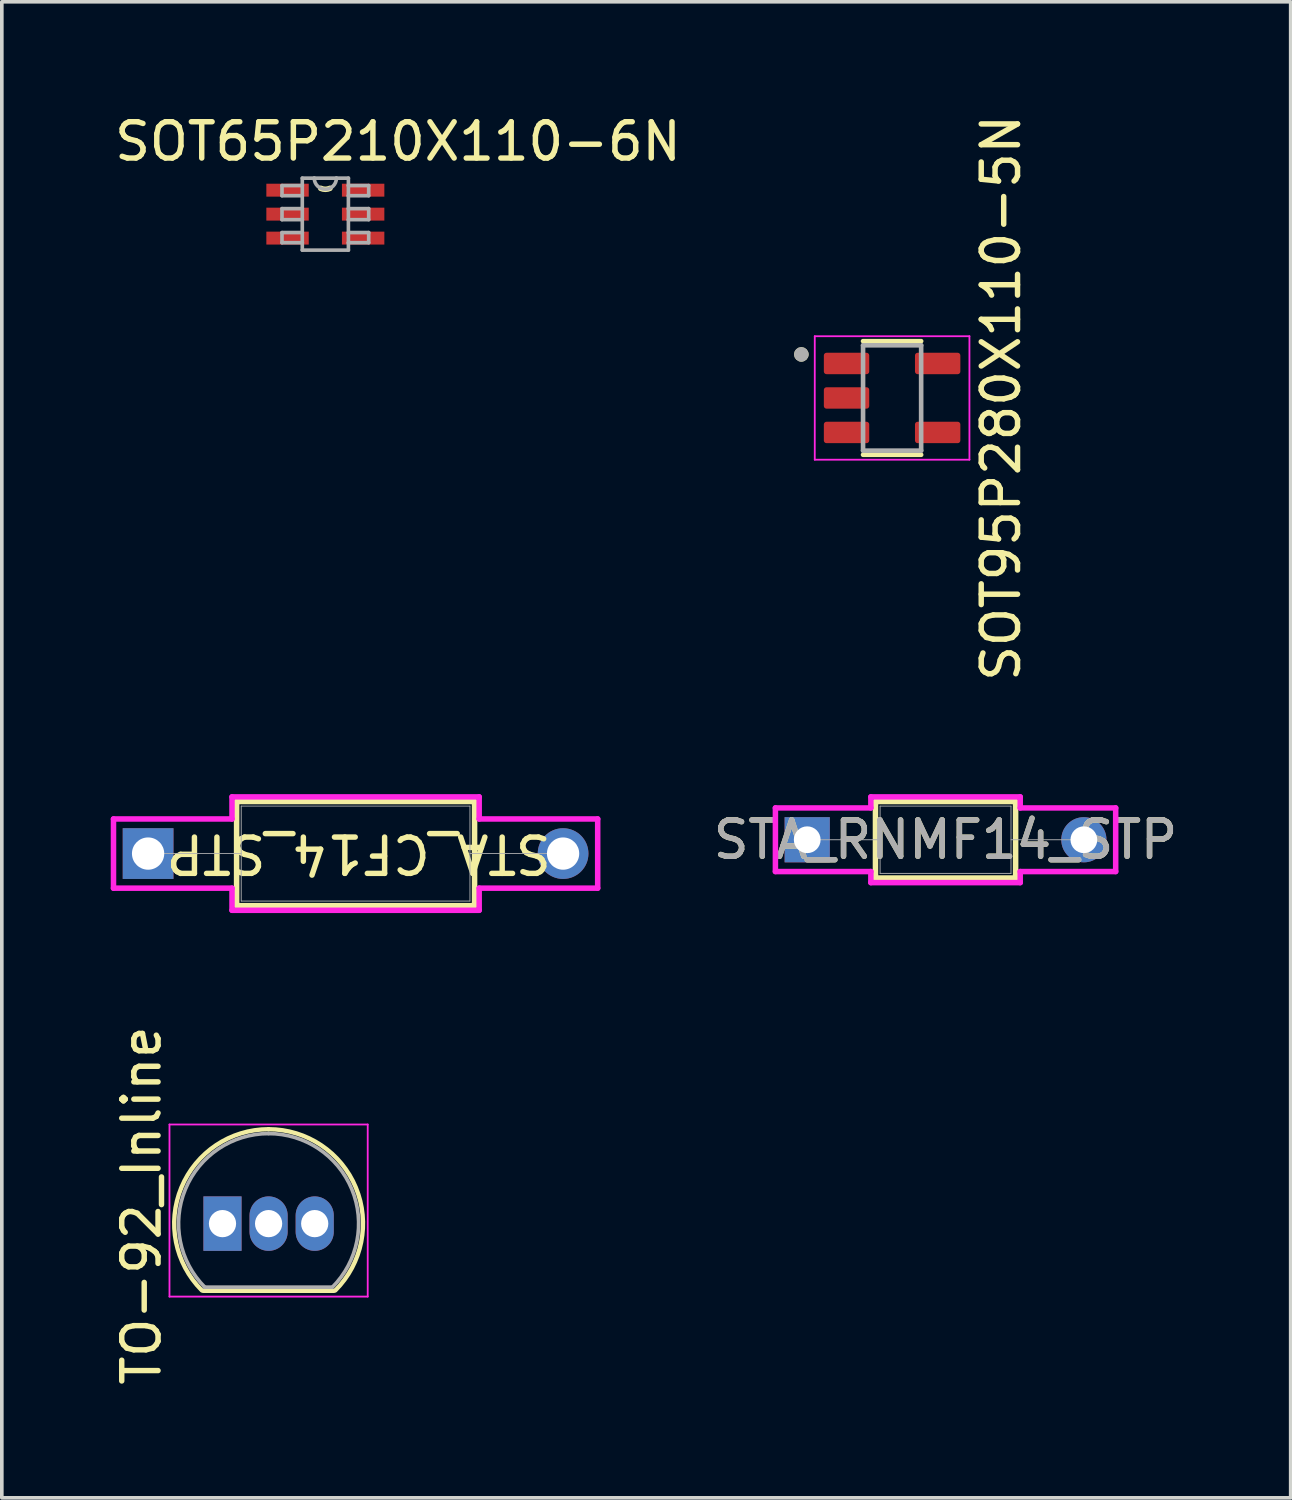
<source format=kicad_pcb>
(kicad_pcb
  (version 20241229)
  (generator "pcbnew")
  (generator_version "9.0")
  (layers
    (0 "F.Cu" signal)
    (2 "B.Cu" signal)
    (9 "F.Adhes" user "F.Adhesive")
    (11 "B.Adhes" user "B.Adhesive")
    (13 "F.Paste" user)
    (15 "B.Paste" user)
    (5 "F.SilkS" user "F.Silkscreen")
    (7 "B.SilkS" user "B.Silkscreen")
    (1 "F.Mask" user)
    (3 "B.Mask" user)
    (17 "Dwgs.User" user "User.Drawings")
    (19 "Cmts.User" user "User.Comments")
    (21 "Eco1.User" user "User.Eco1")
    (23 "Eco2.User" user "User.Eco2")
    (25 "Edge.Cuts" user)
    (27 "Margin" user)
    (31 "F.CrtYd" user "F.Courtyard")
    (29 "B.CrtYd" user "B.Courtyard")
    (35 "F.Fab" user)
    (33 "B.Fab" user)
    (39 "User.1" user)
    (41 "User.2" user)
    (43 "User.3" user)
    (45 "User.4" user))
  (footprint "STA_RNMF14_STP"
    (layer "F.Cu")
    (at 19.183 20.079)
    (property "Reference" "STA_RNMF14_STP" (at 3.81 0 0) (unlocked yes) (layer "F.SilkS") (effects (font (size 1 1) (thickness 0.15))))
    (attr through_hole)
    (fp_line (start 1.88 -1.054) (end 1.88 1.054) (stroke (width 0.152) (type solid)) (layer "F.SilkS"))
    (fp_line (start 1.88 1.054) (end 5.74 1.054) (stroke (width 0.152) (type solid)) (layer "F.SilkS"))
    (fp_line (start 5.74 -1.054) (end 1.88 -1.054) (stroke (width 0.152) (type solid)) (layer "F.SilkS"))
    (fp_line (start 5.74 1.054) (end 5.74 -1.054) (stroke (width 0.152) (type solid)) (layer "F.SilkS"))
    (fp_line (start -0.876 -0.876) (end 1.753 -0.876) (stroke (width 0.152) (type solid)) (layer "F.CrtYd"))
    (fp_line (start -0.876 0.876) (end -0.876 -0.876) (stroke (width 0.152) (type solid)) (layer "F.CrtYd"))
    (fp_line (start 1.753 -1.181) (end 5.867 -1.181) (stroke (width 0.152) (type solid)) (layer "F.CrtYd"))
    (fp_line (start 1.753 -0.876) (end 1.753 -1.181) (stroke (width 0.152) (type solid)) (layer "F.CrtYd"))
    (fp_line (start 1.753 0.876) (end -0.876 0.876) (stroke (width 0.152) (type solid)) (layer "F.CrtYd"))
    (fp_line (start 1.753 1.181) (end 1.753 0.876) (stroke (width 0.152) (type solid)) (layer "F.CrtYd"))
    (fp_line (start 5.867 -1.181) (end 5.867 -0.876) (stroke (width 0.152) (type solid)) (layer "F.CrtYd"))
    (fp_line (start 5.867 -0.876) (end 8.496 -0.876) (stroke (width 0.152) (type solid)) (layer "F.CrtYd"))
    (fp_line (start 5.867 0.876) (end 5.867 1.181) (stroke (width 0.152) (type solid)) (layer "F.CrtYd"))
    (fp_line (start 5.867 1.181) (end 1.753 1.181) (stroke (width 0.152) (type solid)) (layer "F.CrtYd"))
    (fp_line (start 8.496 -0.876) (end 8.496 0.876) (stroke (width 0.152) (type solid)) (layer "F.CrtYd"))
    (fp_line (start 8.496 0.876) (end 5.867 0.876) (stroke (width 0.152) (type solid)) (layer "F.CrtYd"))
    (fp_line (start 0 0) (end 2.007 0) (stroke (width 0.025) (type solid)) (layer "F.Fab"))
    (fp_line (start 2.007 -0.927) (end 2.007 0.927) (stroke (width 0.025) (type solid)) (layer "F.Fab"))
    (fp_line (start 2.007 0.927) (end 5.613 0.927) (stroke (width 0.025) (type solid)) (layer "F.Fab"))
    (fp_line (start 5.613 -0.927) (end 2.007 -0.927) (stroke (width 0.025) (type solid)) (layer "F.Fab"))
    (fp_line (start 5.613 0.927) (end 5.613 -0.927) (stroke (width 0.025) (type solid)) (layer "F.Fab"))
    (fp_line (start 7.62 0) (end 5.613 0) (stroke (width 0.025) (type solid)) (layer "F.Fab"))
    (fp_text user "${REFERENCE}" (at 3.81 0 0) (unlocked yes) (layer "F.Fab") (effects (font (size 1 1) (thickness 0.15))))
    (pad "1" thru_hole rect (at 0 0) (size 1.245 1.245) (drill 0.737) (layers "*.Cu" "*.Mask"))
    (pad "2" thru_hole circle (at 7.62 0) (size 1.245 1.245) (drill 0.737) (layers "*.Cu" "*.Mask")))
  (footprint "SOT95P280X110-5N"
    (layer "F.Cu")
    (at 21.521 7.911)
    (property "Reference" "SOT95P280X110-5N" (at 3 0 270) (layer "F.SilkS") (effects (font (size 1 1) (thickness 0.15))))
    (attr smd)
    (fp_line (start -0.8 -1.565) (end 0.8 -1.565) (stroke (width 0.127) (type solid)) (layer "F.SilkS"))
    (fp_line (start -0.8 1.565) (end 0.8 1.565) (stroke (width 0.127) (type solid)) (layer "F.SilkS"))
    (fp_circle (center -2.5 -1.2) (end -2.4 -1.2) (stroke (width 0.2) (type solid)) (fill no) (layer "F.SilkS"))
    (fp_line (start -2.13 -1.7) (end 2.13 -1.7) (stroke (width 0.05) (type solid)) (layer "F.CrtYd"))
    (fp_line (start -2.13 1.7) (end -2.13 -1.7) (stroke (width 0.05) (type solid)) (layer "F.CrtYd"))
    (fp_line (start 2.13 -1.7) (end 2.13 1.7) (stroke (width 0.05) (type solid)) (layer "F.CrtYd"))
    (fp_line (start 2.13 1.7) (end -2.13 1.7) (stroke (width 0.05) (type solid)) (layer "F.CrtYd"))
    (fp_line (start -0.8 -1.45) (end 0.8 -1.45) (stroke (width 0.127) (type solid)) (layer "F.Fab"))
    (fp_line (start -0.8 1.45) (end -0.8 -1.45) (stroke (width 0.127) (type solid)) (layer "F.Fab"))
    (fp_line (start 0.8 -1.45) (end 0.8 1.45) (stroke (width 0.127) (type solid)) (layer "F.Fab"))
    (fp_line (start 0.8 1.45) (end -0.8 1.45) (stroke (width 0.127) (type solid)) (layer "F.Fab"))
    (fp_circle (center -2.5 -1.2) (end -2.4 -1.2) (stroke (width 0.2) (type solid)) (fill no) (layer "F.Fab"))
    (pad "1" smd roundrect (at -1.255 -0.95) (size 1.25 0.59) (layers "F.Cu" "F.Mask" "F.Paste") (roundrect_rratio 0.125))
    (pad "2" smd roundrect (at -1.255 0) (size 1.25 0.59) (layers "F.Cu" "F.Mask" "F.Paste") (roundrect_rratio 0.125))
    (pad "3" smd roundrect (at -1.255 0.95) (size 1.25 0.59) (layers "F.Cu" "F.Mask" "F.Paste") (roundrect_rratio 0.125))
    (pad "4" smd roundrect (at 1.255 0.95) (size 1.25 0.59) (layers "F.Cu" "F.Mask" "F.Paste") (roundrect_rratio 0.125))
    (pad "5" smd roundrect (at 1.255 -0.95) (size 1.25 0.59) (layers "F.Cu" "F.Mask" "F.Paste") (roundrect_rratio 0.125)))
  (footprint "STA_CF14_STP"
    (layer "F.Cu")
    (at 1.029 20.46)
    (property "Reference" "STA_CF14_STP" (at 5.8 0 180) (unlocked yes) (layer "F.SilkS") (effects (font (size 1 1) (thickness 0.15))))
    (attr through_hole)
    (fp_line (start 2.438 -1.435) (end 2.438 1.435) (stroke (width 0.152) (type solid)) (layer "F.SilkS"))
    (fp_line (start 2.438 1.435) (end 8.992 1.435) (stroke (width 0.152) (type solid)) (layer "F.SilkS"))
    (fp_line (start 8.992 -1.435) (end 2.438 -1.435) (stroke (width 0.152) (type solid)) (layer "F.SilkS"))
    (fp_line (start 8.992 1.435) (end 8.992 -1.435) (stroke (width 0.152) (type solid)) (layer "F.SilkS"))
    (fp_line (start -0.953 -0.953) (end 2.311 -0.953) (stroke (width 0.152) (type solid)) (layer "F.CrtYd"))
    (fp_line (start -0.953 0.953) (end -0.953 -0.953) (stroke (width 0.152) (type solid)) (layer "F.CrtYd"))
    (fp_line (start 2.311 -1.562) (end 9.119 -1.562) (stroke (width 0.152) (type solid)) (layer "F.CrtYd"))
    (fp_line (start 2.311 -0.953) (end 2.311 -1.562) (stroke (width 0.152) (type solid)) (layer "F.CrtYd"))
    (fp_line (start 2.311 0.953) (end -0.953 0.953) (stroke (width 0.152) (type solid)) (layer "F.CrtYd"))
    (fp_line (start 2.311 1.562) (end 2.311 0.953) (stroke (width 0.152) (type solid)) (layer "F.CrtYd"))
    (fp_line (start 9.119 -1.562) (end 9.119 -0.953) (stroke (width 0.152) (type solid)) (layer "F.CrtYd"))
    (fp_line (start 9.119 -0.953) (end 12.383 -0.953) (stroke (width 0.152) (type solid)) (layer "F.CrtYd"))
    (fp_line (start 9.119 0.953) (end 9.119 1.562) (stroke (width 0.152) (type solid)) (layer "F.CrtYd"))
    (fp_line (start 9.119 1.562) (end 2.311 1.562) (stroke (width 0.152) (type solid)) (layer "F.CrtYd"))
    (fp_line (start 12.383 -0.953) (end 12.383 0.953) (stroke (width 0.152) (type solid)) (layer "F.CrtYd"))
    (fp_line (start 12.383 0.953) (end 9.119 0.953) (stroke (width 0.152) (type solid)) (layer "F.CrtYd"))
    (fp_line (start 0 0) (end 2.565 0) (stroke (width 0.025) (type solid)) (layer "F.Fab"))
    (fp_line (start 2.565 -1.308) (end 2.565 1.308) (stroke (width 0.025) (type solid)) (layer "F.Fab"))
    (fp_line (start 2.565 1.308) (end 8.865 1.308) (stroke (width 0.025) (type solid)) (layer "F.Fab"))
    (fp_line (start 8.865 -1.308) (end 2.565 -1.308) (stroke (width 0.025) (type solid)) (layer "F.Fab"))
    (fp_line (start 8.865 1.308) (end 8.865 -1.308) (stroke (width 0.025) (type solid)) (layer "F.Fab"))
    (fp_line (start 11.43 0) (end 8.865 0) (stroke (width 0.025) (type solid)) (layer "F.Fab"))
    (pad "1" thru_hole rect (at 0 0) (size 1.397 1.397) (drill 0.889) (layers "*.Cu" "*.Mask"))
    (pad "2" thru_hole circle (at 11.43 0) (size 1.397 1.397) (drill 0.889) (layers "*.Cu" "*.Mask")))
  (footprint "TO-92_Inline"
    (layer "F.Cu")
    (at 3.078 30.652)
    (property "Reference" "TO-92_Inline" (at -2.23 -0.5 270) (layer "F.SilkS") (effects (font (size 1 1) (thickness 0.15))))
    (attr through_hole)
    (fp_line (start -0.53 1.85) (end 3.07 1.85) (stroke (width 0.12) (type solid)) (layer "F.SilkS"))
    (fp_arc (start -0.568478 1.838478) (mid -1.132087 -0.994977) (end 1.27 -2.6) (stroke (width 0.12) (type solid)) (layer "F.SilkS"))
    (fp_arc (start 1.27 -2.6) (mid 3.672087 -0.994977) (end 3.108478 1.838478) (stroke (width 0.12) (type solid)) (layer "F.SilkS"))
    (fp_line (start -1.46 -2.73) (end -1.46 2.01) (stroke (width 0.05) (type solid)) (layer "F.CrtYd"))
    (fp_line (start -1.46 -2.73) (end 4 -2.73) (stroke (width 0.05) (type solid)) (layer "F.CrtYd"))
    (fp_line (start 4 2.01) (end -1.46 2.01) (stroke (width 0.05) (type solid)) (layer "F.CrtYd"))
    (fp_line (start 4 2.01) (end 4 -2.73) (stroke (width 0.05) (type solid)) (layer "F.CrtYd"))
    (fp_line (start -0.5 1.75) (end 3 1.75) (stroke (width 0.1) (type solid)) (layer "F.Fab"))
    (fp_arc (start -0.483625 1.753625) (mid -1.021221 -0.949055) (end 1.27 -2.48) (stroke (width 0.1) (type solid)) (layer "F.Fab"))
    (fp_arc (start 1.27 -2.48) (mid 3.561221 -0.949055) (end 3.023625 1.753625) (stroke (width 0.1) (type solid)) (layer "F.Fab"))
    (pad "1" thru_hole rect (at 0 0) (size 1.05 1.5) (drill 0.75) (layers "*.Cu" "*.Mask"))
    (pad "2" thru_hole oval (at 1.27 0) (size 1.05 1.5) (drill 0.75) (layers "*.Cu" "*.Mask"))
    (pad "3" thru_hole oval (at 2.54 0) (size 1.05 1.5) (drill 0.75) (layers "*.Cu" "*.Mask")))
  (footprint "SOT65P210X110-6N"
    (layer "F.Cu")
    (at 5.911 2.848)
    (property "Reference" "SOT65P210X110-6N" (at 2 -2 0) (layer "F.SilkS") (effects (font (size 1 1) (thickness 0.15))))
    (attr smd)
    (fp_arc (start 0.127 -0.7112) (mid 0 -0.683626) (end -0.127 -0.7112) (stroke (width 0.1524) (type solid)) (layer "F.SilkS"))
    (fp_line (start -1.194 -0.787) (end -1.194 -0.508) (stroke (width 0.1) (type solid)) (layer "F.Fab"))
    (fp_line (start -1.194 -0.508) (end -0.635 -0.508) (stroke (width 0.1) (type solid)) (layer "F.Fab"))
    (fp_line (start -1.194 -0.152) (end -1.194 0.152) (stroke (width 0.1) (type solid)) (layer "F.Fab"))
    (fp_line (start -1.194 0.152) (end -0.635 0.152) (stroke (width 0.1) (type solid)) (layer "F.Fab"))
    (fp_line (start -1.194 0.508) (end -1.194 0.787) (stroke (width 0.1) (type solid)) (layer "F.Fab"))
    (fp_line (start -1.194 0.787) (end -0.635 0.787) (stroke (width 0.1) (type solid)) (layer "F.Fab"))
    (fp_line (start -0.635 -0.991) (end -0.635 -0.787) (stroke (width 0.1) (type solid)) (layer "F.Fab"))
    (fp_line (start -0.635 -0.787) (end -1.194 -0.787) (stroke (width 0.1) (type solid)) (layer "F.Fab"))
    (fp_line (start -0.635 -0.787) (end -0.635 -0.508) (stroke (width 0.1) (type solid)) (layer "F.Fab"))
    (fp_line (start -0.635 -0.508) (end -0.635 -0.152) (stroke (width 0.1) (type solid)) (layer "F.Fab"))
    (fp_line (start -0.635 -0.152) (end -1.194 -0.152) (stroke (width 0.1) (type solid)) (layer "F.Fab"))
    (fp_line (start -0.635 -0.152) (end -0.635 0.152) (stroke (width 0.1) (type solid)) (layer "F.Fab"))
    (fp_line (start -0.635 0.152) (end -0.635 0.508) (stroke (width 0.1) (type solid)) (layer "F.Fab"))
    (fp_line (start -0.635 0.508) (end -1.194 0.508) (stroke (width 0.1) (type solid)) (layer "F.Fab"))
    (fp_line (start -0.635 0.787) (end -0.635 0.508) (stroke (width 0.1) (type solid)) (layer "F.Fab"))
    (fp_line (start -0.635 0.991) (end -0.635 0.787) (stroke (width 0.1) (type solid)) (layer "F.Fab"))
    (fp_line (start -0.635 0.991) (end 0.635 0.991) (stroke (width 0.1) (type solid)) (layer "F.Fab"))
    (fp_line (start -0.305 -0.991) (end -0.635 -0.991) (stroke (width 0.1) (type solid)) (layer "F.Fab"))
    (fp_line (start 0.305 -0.991) (end -0.305 -0.991) (stroke (width 0.1) (type solid)) (layer "F.Fab"))
    (fp_line (start 0.635 -0.991) (end 0.305 -0.991) (stroke (width 0.1) (type solid)) (layer "F.Fab"))
    (fp_line (start 0.635 -0.991) (end 0.635 -0.787) (stroke (width 0.1) (type solid)) (layer "F.Fab"))
    (fp_line (start 0.635 -0.787) (end 0.635 -0.508) (stroke (width 0.1) (type solid)) (layer "F.Fab"))
    (fp_line (start 0.635 -0.508) (end 1.194 -0.508) (stroke (width 0.1) (type solid)) (layer "F.Fab"))
    (fp_line (start 0.635 -0.152) (end 0.635 -0.508) (stroke (width 0.1) (type solid)) (layer "F.Fab"))
    (fp_line (start 0.635 0.152) (end 0.635 -0.152) (stroke (width 0.1) (type solid)) (layer "F.Fab"))
    (fp_line (start 0.635 0.152) (end 1.194 0.152) (stroke (width 0.1) (type solid)) (layer "F.Fab"))
    (fp_line (start 0.635 0.508) (end 0.635 0.152) (stroke (width 0.1) (type solid)) (layer "F.Fab"))
    (fp_line (start 0.635 0.787) (end 0.635 0.508) (stroke (width 0.1) (type solid)) (layer "F.Fab"))
    (fp_line (start 0.635 0.787) (end 1.194 0.787) (stroke (width 0.1) (type solid)) (layer "F.Fab"))
    (fp_line (start 0.635 0.991) (end 0.635 0.787) (stroke (width 0.1) (type solid)) (layer "F.Fab"))
    (fp_line (start 1.194 -0.787) (end 0.635 -0.787) (stroke (width 0.1) (type solid)) (layer "F.Fab"))
    (fp_line (start 1.194 -0.508) (end 1.194 -0.787) (stroke (width 0.1) (type solid)) (layer "F.Fab"))
    (fp_line (start 1.194 -0.152) (end 0.635 -0.152) (stroke (width 0.1) (type solid)) (layer "F.Fab"))
    (fp_line (start 1.194 0.152) (end 1.194 -0.152) (stroke (width 0.1) (type solid)) (layer "F.Fab"))
    (fp_line (start 1.194 0.508) (end 0.635 0.508) (stroke (width 0.1) (type solid)) (layer "F.Fab"))
    (fp_line (start 1.194 0.787) (end 1.194 0.508) (stroke (width 0.1) (type solid)) (layer "F.Fab"))
    (fp_arc (start 0.3048 -0.9906) (mid 0 -0.6858) (end -0.3048 -0.9906) (stroke (width 0.1) (type solid)) (layer "F.Fab"))
    (pad "1" smd rect (at -1.041 -0.66) (size 1.168 0.356) (layers "F.Cu" "F.Mask" "F.Paste"))
    (pad "2" smd rect (at -1.041 0) (size 1.168 0.356) (layers "F.Cu" "F.Mask" "F.Paste"))
    (pad "3" smd rect (at -1.041 0.66) (size 1.168 0.356) (layers "F.Cu" "F.Mask" "F.Paste"))
    (pad "4" smd rect (at 1.041 0.66) (size 1.168 0.356) (layers "F.Cu" "F.Mask" "F.Paste"))
    (pad "5" smd rect (at 1.041 0) (size 1.168 0.356) (layers "F.Cu" "F.Mask" "F.Paste"))
    (pad "6" smd rect (at 1.041 -0.66) (size 1.168 0.356) (layers "F.Cu" "F.Mask" "F.Paste")))
  (gr_rect
    (start -3 -3)
    (end 32.499 38.205)
    (stroke (width 0.1) (type default))
    (fill no)
    (layer "Edge.Cuts")))
</source>
